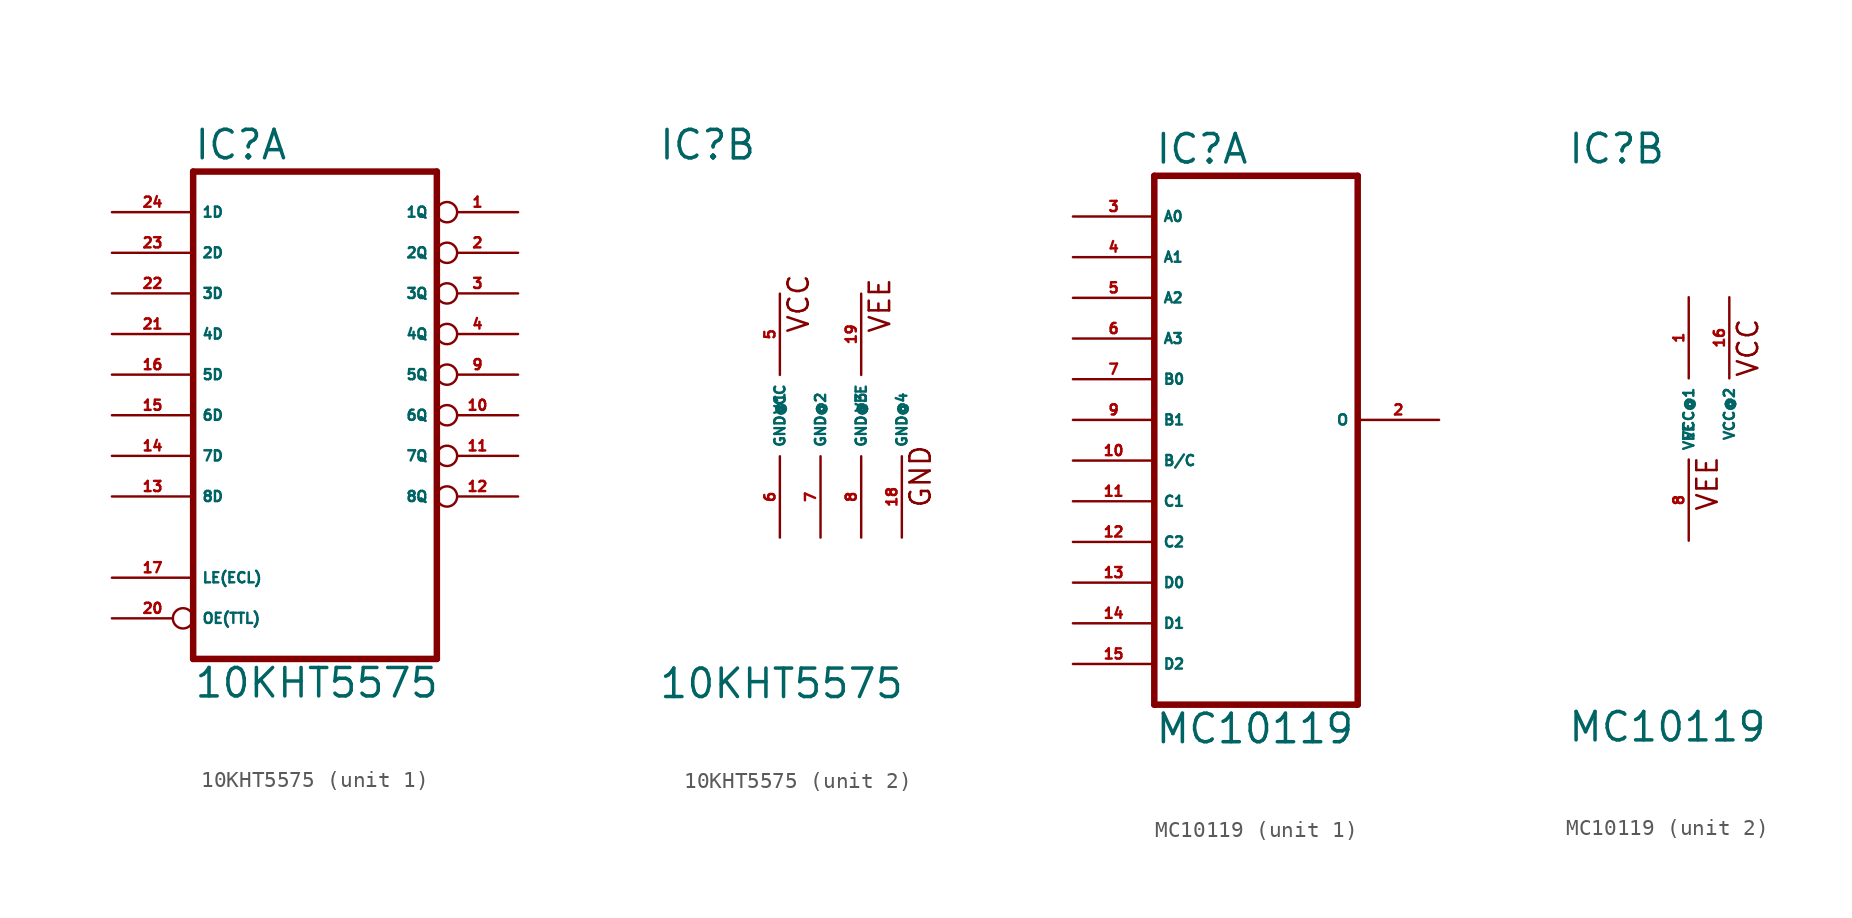
<source format=kicad_sym>
(kicad_symbol_lib
  (version 20220914)
  (generator Eagle2Kicad)
  (symbol "10KHT5575"
    (property "Reference" "IC"
      (at -10.16 15.875 0)
      (effects (font (size 1.778 1.778) (thickness 0.22)) (justify left bottom)))
    (property "Value" "10KHT5575"
      (at -10.16 -17.78 0)
      (effects (font (size 1.778 1.778) (thickness 0.22)) (justify left bottom)))
    (symbol "10KHT5575_1_0"
      (polyline (pts (xy -10.16 -15.24) (xy 5.08 -15.24)) (stroke (width 0.406) (type default)) (fill (type none)))
      (polyline (pts (xy -10.16 15.24) (xy 5.08 15.24)) (stroke (width 0.406) (type default)) (fill (type none)))
      (polyline (pts (xy 5.08 15.24) (xy 5.08 -15.24)) (stroke (width 0.406) (type default)) (fill (type none)))
      (polyline (pts (xy -10.16 15.24) (xy -10.16 -15.24)) (stroke (width 0.406) (type default)) (fill (type none)))
      (pin input line (at -15.24 -10.16 0) (length 5.08) (name "LE(ECL)" (effects (font (size 0.635 0.635) (thickness 0.08)) (justify left bottom))) (number "17" (effects (font (size 0.635 0.635) (thickness 0.08)) (justify left bottom))))
      (pin input inverted (at -15.24 -12.7 0) (length 5.08) (name "OE(TTL)" (effects (font (size 0.635 0.635) (thickness 0.08)) (justify left bottom))) (number "20" (effects (font (size 0.635 0.635) (thickness 0.08)) (justify left bottom))))
      (pin input line (at -15.24 12.7 0) (length 5.08) (name "1D" (effects (font (size 0.635 0.635) (thickness 0.08)) (justify left bottom))) (number "24" (effects (font (size 0.635 0.635) (thickness 0.08)) (justify left bottom))))
      (pin input line (at -15.24 10.16 0) (length 5.08) (name "2D" (effects (font (size 0.635 0.635) (thickness 0.08)) (justify left bottom))) (number "23" (effects (font (size 0.635 0.635) (thickness 0.08)) (justify left bottom))))
      (pin input line (at -15.24 7.62 0) (length 5.08) (name "3D" (effects (font (size 0.635 0.635) (thickness 0.08)) (justify left bottom))) (number "22" (effects (font (size 0.635 0.635) (thickness 0.08)) (justify left bottom))))
      (pin input line (at -15.24 5.08 0) (length 5.08) (name "4D" (effects (font (size 0.635 0.635) (thickness 0.08)) (justify left bottom))) (number "21" (effects (font (size 0.635 0.635) (thickness 0.08)) (justify left bottom))))
      (pin input line (at -15.24 2.54 0) (length 5.08) (name "5D" (effects (font (size 0.635 0.635) (thickness 0.08)) (justify left bottom))) (number "16" (effects (font (size 0.635 0.635) (thickness 0.08)) (justify left bottom))))
      (pin input line (at -15.24 0 0) (length 5.08) (name "6D" (effects (font (size 0.635 0.635) (thickness 0.08)) (justify left bottom))) (number "15" (effects (font (size 0.635 0.635) (thickness 0.08)) (justify left bottom))))
      (pin input line (at -15.24 -2.54 0) (length 5.08) (name "7D" (effects (font (size 0.635 0.635) (thickness 0.08)) (justify left bottom))) (number "14" (effects (font (size 0.635 0.635) (thickness 0.08)) (justify left bottom))))
      (pin input line (at -15.24 -5.08 0) (length 5.08) (name "8D" (effects (font (size 0.635 0.635) (thickness 0.08)) (justify left bottom))) (number "13" (effects (font (size 0.635 0.635) (thickness 0.08)) (justify left bottom))))
      (pin tri_state inverted (at 10.16 12.7 180) (length 5.08) (name "1Q" (effects (font (size 0.635 0.635) (thickness 0.08)) (justify left bottom))) (number "1" (effects (font (size 0.635 0.635) (thickness 0.08)) (justify left bottom))))
      (pin tri_state inverted (at 10.16 10.16 180) (length 5.08) (name "2Q" (effects (font (size 0.635 0.635) (thickness 0.08)) (justify left bottom))) (number "2" (effects (font (size 0.635 0.635) (thickness 0.08)) (justify left bottom))))
      (pin tri_state inverted (at 10.16 7.62 180) (length 5.08) (name "3Q" (effects (font (size 0.635 0.635) (thickness 0.08)) (justify left bottom))) (number "3" (effects (font (size 0.635 0.635) (thickness 0.08)) (justify left bottom))))
      (pin tri_state inverted (at 10.16 5.08 180) (length 5.08) (name "4Q" (effects (font (size 0.635 0.635) (thickness 0.08)) (justify left bottom))) (number "4" (effects (font (size 0.635 0.635) (thickness 0.08)) (justify left bottom))))
      (pin tri_state inverted (at 10.16 2.54 180) (length 5.08) (name "5Q" (effects (font (size 0.635 0.635) (thickness 0.08)) (justify left bottom))) (number "9" (effects (font (size 0.635 0.635) (thickness 0.08)) (justify left bottom))))
      (pin tri_state inverted (at 10.16 0 180) (length 5.08) (name "6Q" (effects (font (size 0.635 0.635) (thickness 0.08)) (justify left bottom))) (number "10" (effects (font (size 0.635 0.635) (thickness 0.08)) (justify left bottom))))
      (pin tri_state inverted (at 10.16 -2.54 180) (length 5.08) (name "7Q" (effects (font (size 0.635 0.635) (thickness 0.08)) (justify left bottom))) (number "11" (effects (font (size 0.635 0.635) (thickness 0.08)) (justify left bottom))))
      (pin tri_state inverted (at 10.16 -5.08 180) (length 5.08) (name "8Q" (effects (font (size 0.635 0.635) (thickness 0.08)) (justify left bottom))) (number "12" (effects (font (size 0.635 0.635) (thickness 0.08)) (justify left bottom)))))
    (symbol "10KHT5575_2_0"
      (text "VCC" (at -0.635 5.08 900) (effects (font (size 1.27 1.27) (thickness 0.16)) (justify left bottom)))
      (text "GND" (at 6.985 -5.842 900) (effects (font (size 1.27 1.27) (thickness 0.16)) (justify left bottom)))
      (text "VEE" (at 4.445 5.08 900) (effects (font (size 1.27 1.27) (thickness 0.16)) (justify left bottom)))
      (pin unspecified line (at -2.54 -7.62 90) (length 5.08) (name "GND@1" (effects (font (size 0.635 0.635) (thickness 0.08)) (justify left bottom))) (number "6" (effects (font (size 0.635 0.635) (thickness 0.08)) (justify left bottom))))
      (pin unspecified line (at 0 -7.62 90) (length 5.08) (name "GND@2" (effects (font (size 0.635 0.635) (thickness 0.08)) (justify left bottom))) (number "7" (effects (font (size 0.635 0.635) (thickness 0.08)) (justify left bottom))))
      (pin unspecified line (at 2.54 -7.62 90) (length 5.08) (name "GND@3" (effects (font (size 0.635 0.635) (thickness 0.08)) (justify left bottom))) (number "8" (effects (font (size 0.635 0.635) (thickness 0.08)) (justify left bottom))))
      (pin unspecified line (at 5.08 -7.62 90) (length 5.08) (name "GND@4" (effects (font (size 0.635 0.635) (thickness 0.08)) (justify left bottom))) (number "18" (effects (font (size 0.635 0.635) (thickness 0.08)) (justify left bottom))))
      (pin unspecified line (at -2.54 7.62 270) (length 5.08) (name "VCC" (effects (font (size 0.635 0.635) (thickness 0.08)) (justify left bottom))) (number "5" (effects (font (size 0.635 0.635) (thickness 0.08)) (justify left bottom))))
      (pin unspecified line (at 2.54 7.62 270) (length 5.08) (name "VEE" (effects (font (size 0.635 0.635) (thickness 0.08)) (justify left bottom))) (number "19" (effects (font (size 0.635 0.635) (thickness 0.08)) (justify left bottom))))))
  (symbol "MC10119"
    (property "Reference" "IC"
      (at -7.62 15.875 0)
      (effects (font (size 1.778 1.778) (thickness 0.22)) (justify left bottom)))
    (property "Value" "MC10119"
      (at -7.62 -20.32 0)
      (effects (font (size 1.778 1.778) (thickness 0.22)) (justify left bottom)))
    (symbol "MC10119_1_0"
      (polyline (pts (xy -7.62 -17.78) (xy 5.08 -17.78)) (stroke (width 0.406) (type default)) (fill (type none)))
      (polyline (pts (xy 5.08 -17.78) (xy 5.08 15.24)) (stroke (width 0.406) (type default)) (fill (type none)))
      (polyline (pts (xy 5.08 15.24) (xy -7.62 15.24)) (stroke (width 0.406) (type default)) (fill (type none)))
      (polyline (pts (xy -7.62 15.24) (xy -7.62 -17.78)) (stroke (width 0.406) (type default)) (fill (type none)))
      (pin output line (at 10.16 0 180) (length 5.08) (name "O" (effects (font (size 0.635 0.635) (thickness 0.08)) (justify left bottom))) (number "2" (effects (font (size 0.635 0.635) (thickness 0.08)) (justify left bottom))))
      (pin input line (at -12.7 12.7 0) (length 5.08) (name "A0" (effects (font (size 0.635 0.635) (thickness 0.08)) (justify left bottom))) (number "3" (effects (font (size 0.635 0.635) (thickness 0.08)) (justify left bottom))))
      (pin input line (at -12.7 10.16 0) (length 5.08) (name "A1" (effects (font (size 0.635 0.635) (thickness 0.08)) (justify left bottom))) (number "4" (effects (font (size 0.635 0.635) (thickness 0.08)) (justify left bottom))))
      (pin input line (at -12.7 7.62 0) (length 5.08) (name "A2" (effects (font (size 0.635 0.635) (thickness 0.08)) (justify left bottom))) (number "5" (effects (font (size 0.635 0.635) (thickness 0.08)) (justify left bottom))))
      (pin input line (at -12.7 5.08 0) (length 5.08) (name "A3" (effects (font (size 0.635 0.635) (thickness 0.08)) (justify left bottom))) (number "6" (effects (font (size 0.635 0.635) (thickness 0.08)) (justify left bottom))))
      (pin input line (at -12.7 2.54 0) (length 5.08) (name "B0" (effects (font (size 0.635 0.635) (thickness 0.08)) (justify left bottom))) (number "7" (effects (font (size 0.635 0.635) (thickness 0.08)) (justify left bottom))))
      (pin input line (at -12.7 0 0) (length 5.08) (name "B1" (effects (font (size 0.635 0.635) (thickness 0.08)) (justify left bottom))) (number "9" (effects (font (size 0.635 0.635) (thickness 0.08)) (justify left bottom))))
      (pin input line (at -12.7 -2.54 0) (length 5.08) (name "B/C" (effects (font (size 0.635 0.635) (thickness 0.08)) (justify left bottom))) (number "10" (effects (font (size 0.635 0.635) (thickness 0.08)) (justify left bottom))))
      (pin input line (at -12.7 -5.08 0) (length 5.08) (name "C1" (effects (font (size 0.635 0.635) (thickness 0.08)) (justify left bottom))) (number "11" (effects (font (size 0.635 0.635) (thickness 0.08)) (justify left bottom))))
      (pin input line (at -12.7 -7.62 0) (length 5.08) (name "C2" (effects (font (size 0.635 0.635) (thickness 0.08)) (justify left bottom))) (number "12" (effects (font (size 0.635 0.635) (thickness 0.08)) (justify left bottom))))
      (pin input line (at -12.7 -10.16 0) (length 5.08) (name "D0" (effects (font (size 0.635 0.635) (thickness 0.08)) (justify left bottom))) (number "13" (effects (font (size 0.635 0.635) (thickness 0.08)) (justify left bottom))))
      (pin input line (at -12.7 -12.7 0) (length 5.08) (name "D1" (effects (font (size 0.635 0.635) (thickness 0.08)) (justify left bottom))) (number "14" (effects (font (size 0.635 0.635) (thickness 0.08)) (justify left bottom))))
      (pin input line (at -12.7 -15.24 0) (length 5.08) (name "D2" (effects (font (size 0.635 0.635) (thickness 0.08)) (justify left bottom))) (number "15" (effects (font (size 0.635 0.635) (thickness 0.08)) (justify left bottom)))))
    (symbol "MC10119_2_0"
      (text "VCC" (at 4.445 2.54 900) (effects (font (size 1.27 1.27) (thickness 0.16)) (justify left bottom)))
      (text "VEE" (at 1.905 -5.842 900) (effects (font (size 1.27 1.27) (thickness 0.16)) (justify left bottom)))
      (pin unspecified line (at 0 -7.62 90) (length 5.08) (name "VEE" (effects (font (size 0.635 0.635) (thickness 0.08)) (justify left bottom))) (number "8" (effects (font (size 0.635 0.635) (thickness 0.08)) (justify left bottom))))
      (pin unspecified line (at 0 7.62 270) (length 5.08) (name "VCC@1" (effects (font (size 0.635 0.635) (thickness 0.08)) (justify left bottom))) (number "1" (effects (font (size 0.635 0.635) (thickness 0.08)) (justify left bottom))))
      (pin unspecified line (at 2.54 7.62 270) (length 5.08) (name "VCC@2" (effects (font (size 0.635 0.635) (thickness 0.08)) (justify left bottom))) (number "16" (effects (font (size 0.635 0.635) (thickness 0.08)) (justify left bottom)))))))
</source>
